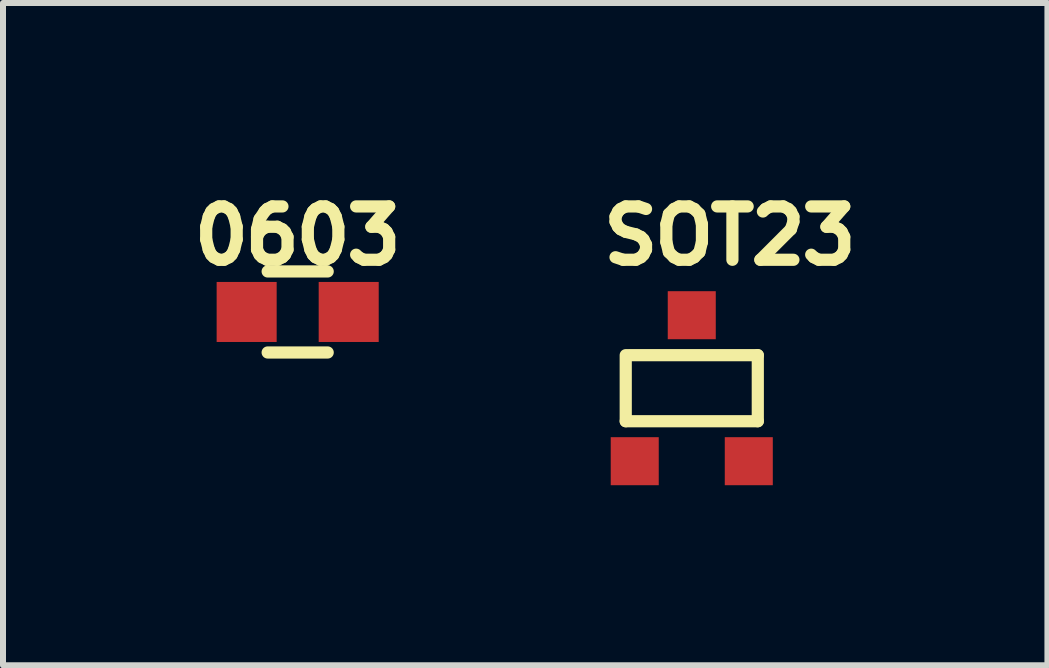
<source format=kicad_pcb>
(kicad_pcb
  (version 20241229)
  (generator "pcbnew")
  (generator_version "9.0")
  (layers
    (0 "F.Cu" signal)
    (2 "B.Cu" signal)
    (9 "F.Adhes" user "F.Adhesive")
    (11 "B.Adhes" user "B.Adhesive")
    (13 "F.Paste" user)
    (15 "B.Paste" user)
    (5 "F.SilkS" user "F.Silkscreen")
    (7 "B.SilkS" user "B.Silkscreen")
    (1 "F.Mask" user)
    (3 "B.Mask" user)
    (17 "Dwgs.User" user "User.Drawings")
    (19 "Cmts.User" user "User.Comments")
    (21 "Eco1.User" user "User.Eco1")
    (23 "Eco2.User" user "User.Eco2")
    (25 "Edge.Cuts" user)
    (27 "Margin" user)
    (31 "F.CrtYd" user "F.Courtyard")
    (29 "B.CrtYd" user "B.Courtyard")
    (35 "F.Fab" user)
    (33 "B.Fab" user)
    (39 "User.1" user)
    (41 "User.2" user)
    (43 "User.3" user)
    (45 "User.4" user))
  (footprint "0603"
    (layer "F.Cu")
    (at 1.909 2.147)
    (property "Reference" "0603" (at 0 -1.27 0) (layer "F.SilkS") (effects (font (size 0.889 0.889) (thickness 0.203))))
    (attr smd)
    (fp_line (start -0.5 -0.675) (end 0.5 -0.675) (stroke (width 0.203) (type solid)) (layer "F.SilkS"))
    (fp_line (start 0.5 0.675) (end -0.5 0.675) (stroke (width 0.203) (type solid)) (layer "F.SilkS"))
    (pad "1" smd rect (at -0.85 0) (size 1 1) (layers "F.Cu" "F.Mask" "F.Paste"))
    (pad "2" smd rect (at 0.85 0) (size 1 1) (layers "F.Cu" "F.Mask" "F.Paste")))
  (footprint "SOT23"
    (layer "F.Cu")
    (at 8.474 3.417)
    (property "Reference" "SOT23" (at 0.635 -2.54 0) (layer "F.SilkS") (effects (font (size 0.889 0.889) (thickness 0.203))))
    (attr smd)
    (fp_line (start -1.1 -0.55) (end -1.1 0.55) (stroke (width 0.203) (type solid)) (layer "F.SilkS"))
    (fp_line (start -1.1 0.55) (end 1.1 0.55) (stroke (width 0.203) (type solid)) (layer "F.SilkS"))
    (fp_line (start -1.05 -0.55) (end -1.1 -0.55) (stroke (width 0.15) (type solid)) (layer "F.SilkS"))
    (fp_line (start 1.1 -0.55) (end -1.05 -0.55) (stroke (width 0.203) (type solid)) (layer "F.SilkS"))
    (fp_line (start 1.1 0.55) (end 1.1 -0.55) (stroke (width 0.203) (type solid)) (layer "F.SilkS"))
    (pad "1" smd rect (at -0.95 1.216) (size 0.8 0.8) (layers "F.Cu" "F.Mask" "F.Paste"))
    (pad "2" smd rect (at 0.95 1.216) (size 0.8 0.8) (layers "F.Cu" "F.Mask" "F.Paste"))
    (pad "3" smd rect (at 0 -1.216) (size 0.8 0.8) (layers "F.Cu" "F.Mask" "F.Paste")))
  (gr_rect
    (start -3 -3)
    (end 14.399 8.033)
    (stroke (width 0.1) (type default))
    (fill no)
    (layer "Edge.Cuts")))
</source>
